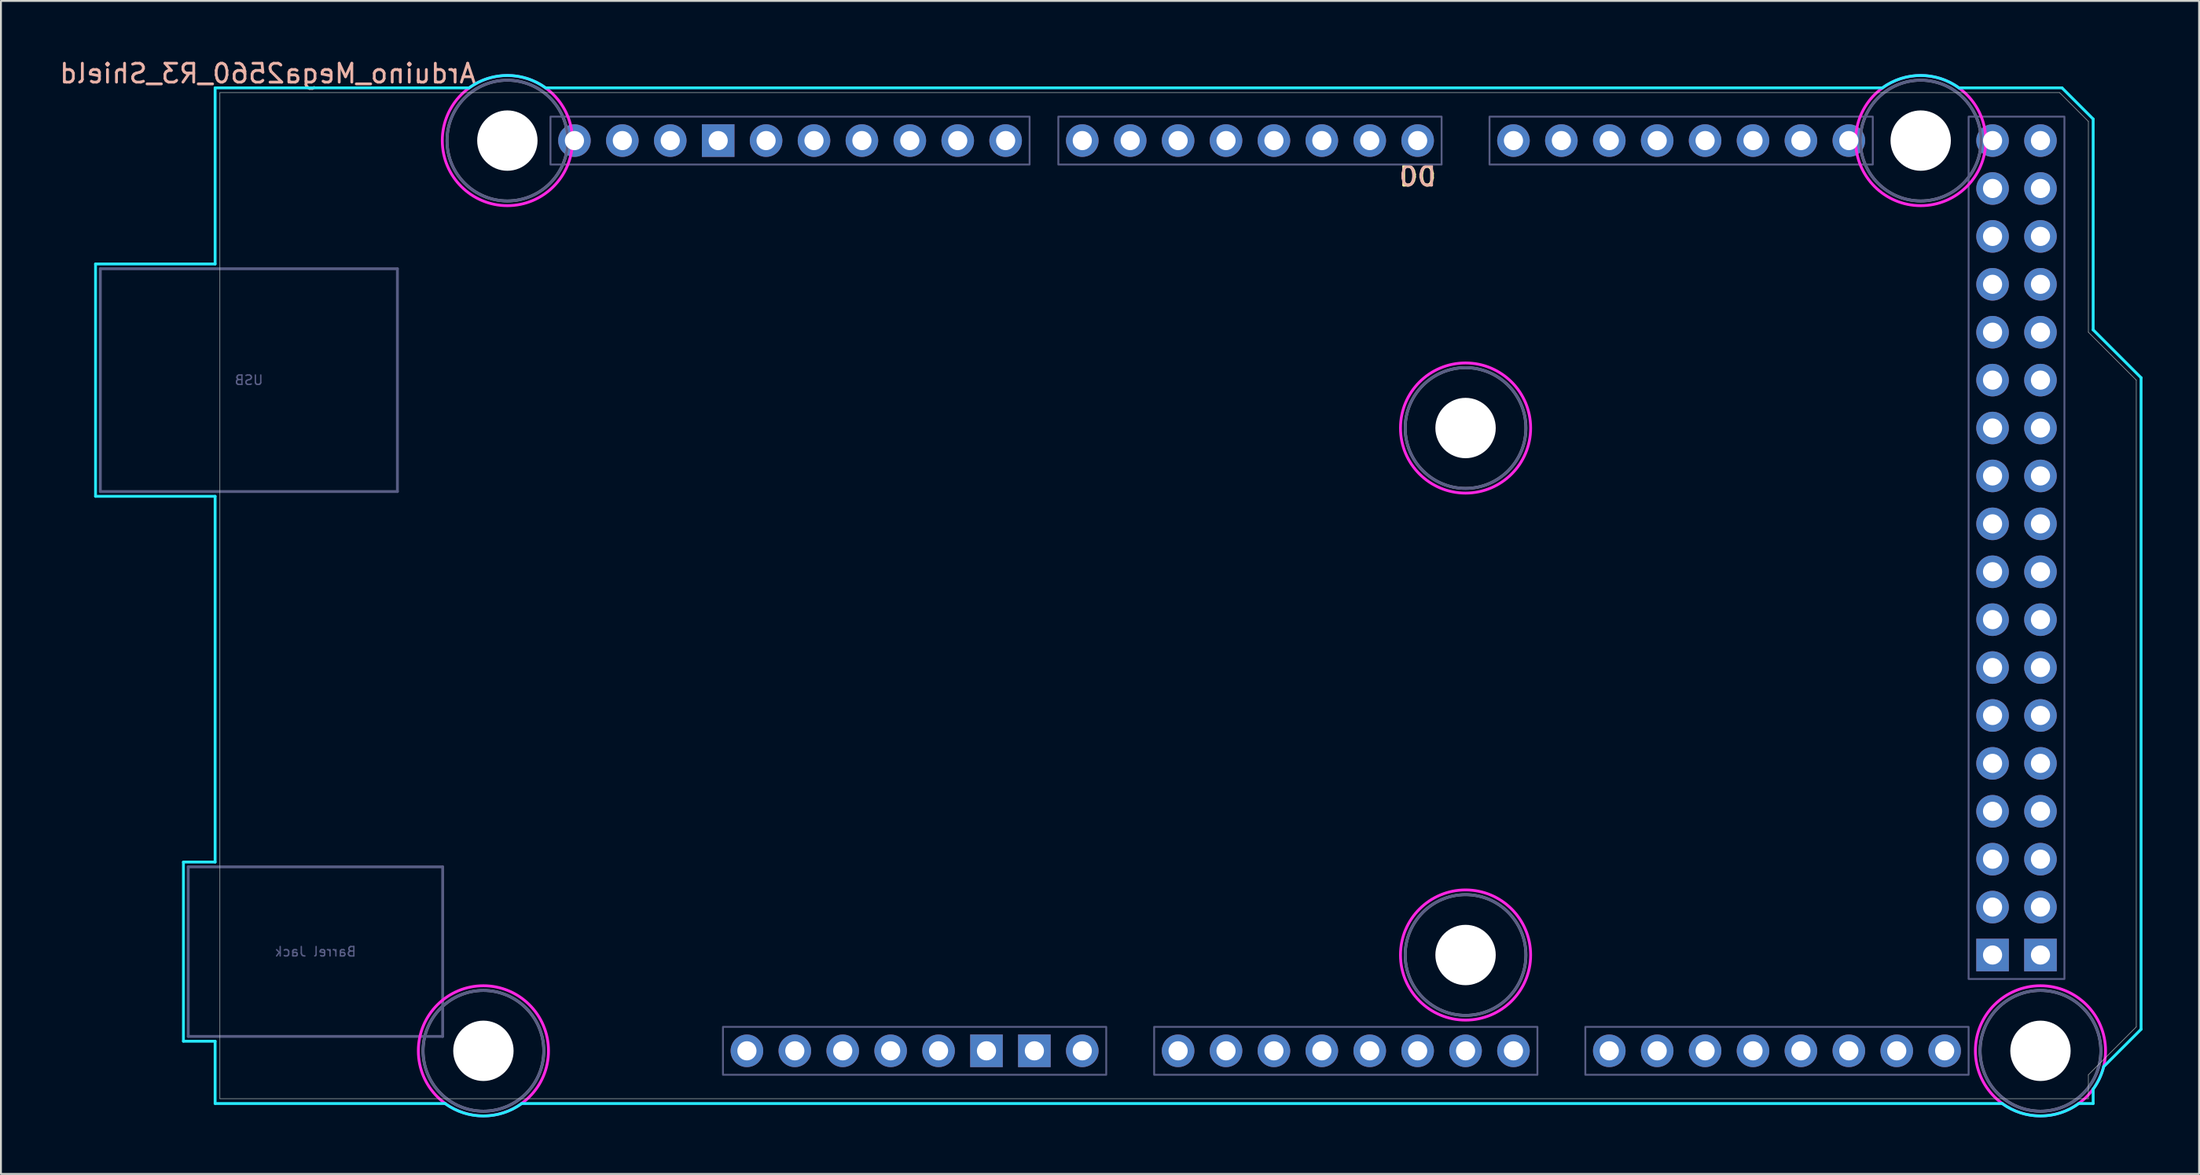
<source format=kicad_pcb>
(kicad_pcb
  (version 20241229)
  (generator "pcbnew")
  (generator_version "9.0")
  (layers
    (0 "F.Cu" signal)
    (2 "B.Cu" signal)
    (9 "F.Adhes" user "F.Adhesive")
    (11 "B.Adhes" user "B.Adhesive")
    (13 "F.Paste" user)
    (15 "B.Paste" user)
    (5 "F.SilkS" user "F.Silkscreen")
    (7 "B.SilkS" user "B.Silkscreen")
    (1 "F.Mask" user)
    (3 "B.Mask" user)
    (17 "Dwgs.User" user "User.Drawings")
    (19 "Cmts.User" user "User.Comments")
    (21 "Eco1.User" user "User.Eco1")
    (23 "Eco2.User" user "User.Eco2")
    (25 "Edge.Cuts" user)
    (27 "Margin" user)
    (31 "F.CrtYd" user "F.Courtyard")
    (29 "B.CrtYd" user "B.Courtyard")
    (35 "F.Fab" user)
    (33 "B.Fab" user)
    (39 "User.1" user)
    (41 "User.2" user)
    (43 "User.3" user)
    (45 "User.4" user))
  (footprint "Arduino_Mega2560_R3_Shield"
    (layer "F.Cu")
    (at 8.609 55.204)
    (property "Reference" "Arduino_Mega2560_R3_Shield" (at 2.54 -54.356 0) (layer "B.SilkS") (effects (font (size 1 1) (thickness 0.15)) (justify mirror)))
    (attr through_hole)
    (fp_line (start 0 -53.34) (end 0 0) (stroke (width 0.025) (type solid)) (layer "Edge.Cuts"))
    (fp_line (start 0 -53.34) (end 97.536 -53.34) (stroke (width 0.025) (type solid)) (layer "Edge.Cuts"))
    (fp_line (start 0 0) (end 99.06 0) (stroke (width 0.025) (type solid)) (layer "Edge.Cuts"))
    (fp_line (start 97.536 -53.34) (end 99.06 -51.816) (stroke (width 0.025) (type solid)) (layer "Edge.Cuts"))
    (fp_line (start 99.06 -40.64) (end 99.06 -51.816) (stroke (width 0.025) (type solid)) (layer "Edge.Cuts"))
    (fp_line (start 99.06 -1.27) (end 101.6 -3.81) (stroke (width 0.025) (type solid)) (layer "Edge.Cuts"))
    (fp_line (start 99.06 0) (end 99.06 -1.27) (stroke (width 0.025) (type solid)) (layer "Edge.Cuts"))
    (fp_line (start 101.6 -38.1) (end 99.06 -40.64) (stroke (width 0.025) (type solid)) (layer "Edge.Cuts"))
    (fp_line (start 101.6 -3.81) (end 101.6 -38.1) (stroke (width 0.025) (type solid)) (layer "Edge.Cuts"))
    (fp_line (start -6.594 -44.258) (end -0.254 -44.258) (stroke (width 0.15) (type solid)) (layer "B.CrtYd"))
    (fp_line (start -6.594 -31.94) (end -6.594 -44.258) (stroke (width 0.15) (type solid)) (layer "B.CrtYd"))
    (fp_line (start -1.934 -12.548) (end -1.934 -3.049) (stroke (width 0.15) (type solid)) (layer "B.CrtYd"))
    (fp_line (start -1.934 -12.548) (end -0.254 -12.548) (stroke (width 0.15) (type solid)) (layer "B.CrtYd"))
    (fp_line (start -1.934 -3.049) (end -0.254 -3.049) (stroke (width 0.15) (type solid)) (layer "B.CrtYd"))
    (fp_line (start -0.254 -53.594) (end -0.254 -44.258) (stroke (width 0.15) (type solid)) (layer "B.CrtYd"))
    (fp_line (start -0.254 -31.94) (end -6.594 -31.94) (stroke (width 0.15) (type solid)) (layer "B.CrtYd"))
    (fp_line (start -0.254 -31.94) (end -0.254 -12.548) (stroke (width 0.15) (type solid)) (layer "B.CrtYd"))
    (fp_line (start -0.254 -3.049) (end -0.254 0.254) (stroke (width 0.15) (type solid)) (layer "B.CrtYd"))
    (fp_line (start 11.938 0.254) (end -0.254 0.254) (stroke (width 0.15) (type solid)) (layer "B.CrtYd"))
    (fp_line (start 13.208 -53.594) (end -0.254 -53.594) (stroke (width 0.15) (type solid)) (layer "B.CrtYd"))
    (fp_line (start 16.002 0.254) (end 94.488 0.254) (stroke (width 0.15) (type solid)) (layer "B.CrtYd"))
    (fp_line (start 17.272 -53.594) (end 88.138 -53.594) (stroke (width 0.15) (type solid)) (layer "B.CrtYd"))
    (fp_line (start 97.663 -53.594) (end 92.202 -53.594) (stroke (width 0.15) (type solid)) (layer "B.CrtYd"))
    (fp_line (start 97.663 -53.594) (end 99.314 -51.943) (stroke (width 0.15) (type solid)) (layer "B.CrtYd"))
    (fp_line (start 99.314 -40.767) (end 99.314 -51.943) (stroke (width 0.15) (type solid)) (layer "B.CrtYd"))
    (fp_line (start 99.314 0.254) (end 98.552 0.254) (stroke (width 0.15) (type solid)) (layer "B.CrtYd"))
    (fp_line (start 99.314 0.254) (end 99.314 -0.508) (stroke (width 0.15) (type solid)) (layer "B.CrtYd"))
    (fp_line (start 99.873 -1.702) (end 101.854 -3.683) (stroke (width 0.15) (type solid)) (layer "B.CrtYd"))
    (fp_line (start 101.854 -38.227) (end 99.314 -40.767) (stroke (width 0.15) (type solid)) (layer "B.CrtYd"))
    (fp_line (start 101.854 -3.683) (end 101.854 -38.227) (stroke (width 0.15) (type solid)) (layer "B.CrtYd"))
    (fp_arc (start 13.208 -53.594) (mid 15.24 -54.254237) (end 17.272 -53.594) (stroke (width 0.15) (type solid)) (layer "B.CrtYd"))
    (fp_arc (start 16.002 0.254) (mid 13.97 0.914237) (end 11.938 0.254) (stroke (width 0.15) (type solid)) (layer "B.CrtYd"))
    (fp_arc (start 88.138 -53.594) (mid 90.17 -54.254237) (end 92.202 -53.594) (stroke (width 0.15) (type solid)) (layer "B.CrtYd"))
    (fp_arc (start 98.552 0.254) (mid 96.52 0.914237) (end 94.488 0.254) (stroke (width 0.15) (type solid)) (layer "B.CrtYd"))
    (fp_arc (start 99.8728 -1.7018) (mid 99.650925 -1.077973) (end 99.314 -0.508) (stroke (width 0.15) (type solid)) (layer "B.CrtYd"))
    (fp_circle (center 13.97 -2.54) (end 17.42 -2.54) (stroke (width 0.15) (type solid)) (fill no) (layer "F.CrtYd"))
    (fp_circle (center 15.24 -50.8) (end 18.69 -50.8) (stroke (width 0.15) (type solid)) (fill no) (layer "F.CrtYd"))
    (fp_circle (center 66.04 -35.56) (end 69.49 -35.56) (stroke (width 0.15) (type solid)) (fill no) (layer "F.CrtYd"))
    (fp_circle (center 66.04 -7.62) (end 69.49 -7.62) (stroke (width 0.15) (type solid)) (fill no) (layer "F.CrtYd"))
    (fp_circle (center 90.17 -50.8) (end 93.62 -50.8) (stroke (width 0.15) (type solid)) (fill no) (layer "F.CrtYd"))
    (fp_circle (center 96.52 -2.54) (end 99.97 -2.54) (stroke (width 0.15) (type solid)) (fill no) (layer "F.CrtYd"))
    (fp_line (start -6.34 -44.004) (end 9.41 -44.004) (stroke (width 0.15) (type solid)) (layer "B.Fab"))
    (fp_line (start -6.34 -32.194) (end -6.34 -44.004) (stroke (width 0.15) (type solid)) (layer "B.Fab"))
    (fp_line (start -6.34 -32.194) (end 9.41 -32.194) (stroke (width 0.15) (type solid)) (layer "B.Fab"))
    (fp_line (start -1.68 -12.294) (end -1.68 -3.303) (stroke (width 0.15) (type solid)) (layer "B.Fab"))
    (fp_line (start -1.68 -12.294) (end 11.81 -12.294) (stroke (width 0.15) (type solid)) (layer "B.Fab"))
    (fp_line (start -1.68 -3.303) (end 11.81 -3.303) (stroke (width 0.15) (type solid)) (layer "B.Fab"))
    (fp_line (start 9.41 -32.194) (end 9.41 -44.004) (stroke (width 0.15) (type solid)) (layer "B.Fab"))
    (fp_line (start 11.81 -12.294) (end 11.81 -3.303) (stroke (width 0.15) (type solid)) (layer "B.Fab"))
    (fp_rect (start 17.526 -52.07) (end 42.926 -49.53) (stroke (width 0.1) (type solid)) (fill no) (layer "B.Fab"))
    (fp_rect (start 26.67 -3.81) (end 46.99 -1.27) (stroke (width 0.1) (type solid)) (fill no) (layer "B.Fab"))
    (fp_rect (start 44.45 -52.07) (end 64.77 -49.53) (stroke (width 0.1) (type solid)) (fill no) (layer "B.Fab"))
    (fp_rect (start 49.53 -3.81) (end 69.85 -1.27) (stroke (width 0.1) (type solid)) (fill no) (layer "B.Fab"))
    (fp_rect (start 67.31 -52.07) (end 87.63 -49.53) (stroke (width 0.1) (type solid)) (fill no) (layer "B.Fab"))
    (fp_rect (start 72.39 -3.81) (end 92.71 -1.27) (stroke (width 0.1) (type solid)) (fill no) (layer "B.Fab"))
    (fp_rect (start 92.71 -52.07) (end 97.79 -6.35) (stroke (width 0.1) (type solid)) (fill no) (layer "B.Fab"))
    (fp_circle (center 13.97 -2.54) (end 17.17 -2.54) (stroke (width 0.15) (type solid)) (fill no) (layer "B.Fab"))
    (fp_circle (center 15.24 -50.8) (end 18.44 -50.8) (stroke (width 0.15) (type solid)) (fill no) (layer "B.Fab"))
    (fp_circle (center 66.04 -35.56) (end 69.24 -35.56) (stroke (width 0.15) (type solid)) (fill no) (layer "B.Fab"))
    (fp_circle (center 66.04 -7.62) (end 69.24 -7.62) (stroke (width 0.15) (type solid)) (fill no) (layer "B.Fab"))
    (fp_circle (center 90.17 -50.8) (end 93.37 -50.8) (stroke (width 0.15) (type solid)) (fill no) (layer "B.Fab"))
    (fp_circle (center 96.52 -2.54) (end 99.72 -2.54) (stroke (width 0.15) (type solid)) (fill no) (layer "B.Fab"))
    (fp_circle (center 13.97 -2.54) (end 17.17 -2.54) (stroke (width 0.15) (type solid)) (fill no) (layer "F.Fab"))
    (fp_circle (center 15.24 -50.8) (end 18.44 -50.8) (stroke (width 0.15) (type solid)) (fill no) (layer "F.Fab"))
    (fp_circle (center 66.04 -35.56) (end 69.24 -35.56) (stroke (width 0.15) (type solid)) (fill no) (layer "F.Fab"))
    (fp_circle (center 66.04 -7.62) (end 69.24 -7.62) (stroke (width 0.15) (type solid)) (fill no) (layer "F.Fab"))
    (fp_circle (center 90.17 -50.8) (end 93.37 -50.8) (stroke (width 0.15) (type solid)) (fill no) (layer "F.Fab"))
    (fp_circle (center 96.52 -2.54) (end 99.72 -2.54) (stroke (width 0.15) (type solid)) (fill no) (layer "F.Fab"))
    (fp_text user "D0" (at 63.5 -48.895 0) (unlocked yes) (layer "F.SilkS") (effects (font (size 1 1) (thickness 0.15))))
    (fp_text user "D0" (at 63.5 -48.895 0) (unlocked yes) (layer "B.SilkS") (effects (font (size 1 1) (thickness 0.15)) (justify mirror)))
    (fp_text user "Barrel Jack" (at 5.065 -7.798 0) (layer "B.Fab") (effects (font (size 0.5 0.5) (thickness 0.075)) (justify mirror)))
    (fp_text user "USB" (at 1.535 -38.099 0) (layer "B.Fab") (effects (font (size 0.5 0.5) (thickness 0.075)) (justify mirror)))
    (pad "" np_thru_hole circle (at 13.97 -2.54) (size 3.2 3.2) (drill 3.2) (layers "*.Cu" "*.Mask"))
    (pad "" np_thru_hole circle (at 15.24 -50.8) (size 3.2 3.2) (drill 3.2) (layers "*.Cu" "*.Mask"))
    (pad "" thru_hole oval (at 27.94 -2.54) (size 1.727 1.727) (drill 1.016) (layers "*.Cu" "*.Mask"))
    (pad "" np_thru_hole circle (at 66.04 -35.56) (size 3.2 3.2) (drill 3.2) (layers "*.Cu" "*.Mask"))
    (pad "" np_thru_hole circle (at 66.04 -7.62) (size 3.2 3.2) (drill 3.2) (layers "*.Cu" "*.Mask"))
    (pad "" np_thru_hole circle (at 90.17 -50.8) (size 3.2 3.2) (drill 3.2) (layers "*.Cu" "*.Mask"))
    (pad "" np_thru_hole circle (at 96.52 -2.54) (size 3.2 3.2) (drill 3.2) (layers "*.Cu" "*.Mask"))
    (pad "3V3" thru_hole oval (at 35.56 -2.54) (size 1.727 1.727) (drill 1.016) (layers "*.Cu" "*.Mask"))
    (pad "5V1" thru_hole oval (at 38.1 -2.54) (size 1.727 1.727) (drill 1.016) (layers "*.Cu" "*.Mask"))
    (pad "5V3" thru_hole oval (at 93.98 -50.8) (size 1.727 1.727) (drill 1.016) (layers "*.Cu" "*.Mask"))
    (pad "5V4" thru_hole oval (at 96.52 -50.8) (size 1.727 1.727) (drill 1.016) (layers "*.Cu" "*.Mask"))
    (pad "A0" thru_hole oval (at 50.8 -2.54) (size 1.727 1.727) (drill 1.016) (layers "*.Cu" "*.Mask"))
    (pad "A1" thru_hole oval (at 53.34 -2.54) (size 1.727 1.727) (drill 1.016) (layers "*.Cu" "*.Mask"))
    (pad "A2" thru_hole oval (at 55.88 -2.54) (size 1.727 1.727) (drill 1.016) (layers "*.Cu" "*.Mask"))
    (pad "A3" thru_hole oval (at 58.42 -2.54) (size 1.727 1.727) (drill 1.016) (layers "*.Cu" "*.Mask"))
    (pad "A4" thru_hole oval (at 60.96 -2.54) (size 1.727 1.727) (drill 1.016) (layers "*.Cu" "*.Mask"))
    (pad "A5" thru_hole oval (at 63.5 -2.54) (size 1.727 1.727) (drill 1.016) (layers "*.Cu" "*.Mask"))
    (pad "A6" thru_hole oval (at 66.04 -2.54) (size 1.727 1.727) (drill 1.016) (layers "*.Cu" "*.Mask"))
    (pad "A7" thru_hole oval (at 68.58 -2.54) (size 1.727 1.727) (drill 1.016) (layers "*.Cu" "*.Mask"))
    (pad "A8" thru_hole oval (at 73.66 -2.54) (size 1.727 1.727) (drill 1.016) (layers "*.Cu" "*.Mask"))
    (pad "A9" thru_hole oval (at 76.2 -2.54) (size 1.727 1.727) (drill 1.016) (layers "*.Cu" "*.Mask"))
    (pad "A10" thru_hole oval (at 78.74 -2.54) (size 1.727 1.727) (drill 1.016) (layers "*.Cu" "*.Mask"))
    (pad "A11" thru_hole oval (at 81.28 -2.54) (size 1.727 1.727) (drill 1.016) (layers "*.Cu" "*.Mask"))
    (pad "A12" thru_hole oval (at 83.82 -2.54) (size 1.727 1.727) (drill 1.016) (layers "*.Cu" "*.Mask"))
    (pad "A13" thru_hole oval (at 86.36 -2.54) (size 1.727 1.727) (drill 1.016) (layers "*.Cu" "*.Mask"))
    (pad "A14" thru_hole oval (at 88.9 -2.54) (size 1.727 1.727) (drill 1.016) (layers "*.Cu" "*.Mask"))
    (pad "A15" thru_hole oval (at 91.44 -2.54) (size 1.727 1.727) (drill 1.016) (layers "*.Cu" "*.Mask"))
    (pad "AREF" thru_hole oval (at 23.876 -50.8) (size 1.727 1.727) (drill 1.016) (layers "*.Cu" "*.Mask"))
    (pad "D0" thru_hole oval (at 63.5 -50.8) (size 1.727 1.727) (drill 1.016) (layers "*.Cu" "*.Mask"))
    (pad "D1" thru_hole oval (at 60.96 -50.8) (size 1.727 1.727) (drill 1.016) (layers "*.Cu" "*.Mask"))
    (pad "D2" thru_hole oval (at 58.42 -50.8) (size 1.727 1.727) (drill 1.016) (layers "*.Cu" "*.Mask"))
    (pad "D3" thru_hole oval (at 55.88 -50.8) (size 1.727 1.727) (drill 1.016) (layers "*.Cu" "*.Mask"))
    (pad "D4" thru_hole oval (at 53.34 -50.8) (size 1.727 1.727) (drill 1.016) (layers "*.Cu" "*.Mask"))
    (pad "D5" thru_hole oval (at 50.8 -50.8) (size 1.727 1.727) (drill 1.016) (layers "*.Cu" "*.Mask"))
    (pad "D6" thru_hole oval (at 48.26 -50.8) (size 1.727 1.727) (drill 1.016) (layers "*.Cu" "*.Mask"))
    (pad "D7" thru_hole oval (at 45.72 -50.8) (size 1.727 1.727) (drill 1.016) (layers "*.Cu" "*.Mask"))
    (pad "D8" thru_hole oval (at 41.656 -50.8) (size 1.727 1.727) (drill 1.016) (layers "*.Cu" "*.Mask"))
    (pad "D9" thru_hole oval (at 39.116 -50.8) (size 1.727 1.727) (drill 1.016) (layers "*.Cu" "*.Mask"))
    (pad "D10" thru_hole oval (at 36.576 -50.8) (size 1.727 1.727) (drill 1.016) (layers "*.Cu" "*.Mask"))
    (pad "D11" thru_hole oval (at 34.036 -50.8) (size 1.727 1.727) (drill 1.016) (layers "*.Cu" "*.Mask"))
    (pad "D12" thru_hole oval (at 31.496 -50.8) (size 1.727 1.727) (drill 1.016) (layers "*.Cu" "*.Mask"))
    (pad "D13" thru_hole oval (at 28.956 -50.8) (size 1.727 1.727) (drill 1.016) (layers "*.Cu" "*.Mask"))
    (pad "D14" thru_hole oval (at 68.58 -50.8) (size 1.727 1.727) (drill 1.016) (layers "*.Cu" "*.Mask"))
    (pad "D15" thru_hole oval (at 71.12 -50.8) (size 1.727 1.727) (drill 1.016) (layers "*.Cu" "*.Mask"))
    (pad "D16" thru_hole oval (at 73.66 -50.8) (size 1.727 1.727) (drill 1.016) (layers "*.Cu" "*.Mask"))
    (pad "D17" thru_hole oval (at 76.2 -50.8) (size 1.727 1.727) (drill 1.016) (layers "*.Cu" "*.Mask"))
    (pad "D18" thru_hole oval (at 78.74 -50.8) (size 1.727 1.727) (drill 1.016) (layers "*.Cu" "*.Mask"))
    (pad "D19" thru_hole oval (at 81.28 -50.8) (size 1.727 1.727) (drill 1.016) (layers "*.Cu" "*.Mask"))
    (pad "D20" thru_hole oval (at 83.82 -50.8) (size 1.727 1.727) (drill 1.016) (layers "*.Cu" "*.Mask"))
    (pad "D21" thru_hole oval (at 86.36 -50.8) (size 1.727 1.727) (drill 1.016) (layers "*.Cu" "*.Mask"))
    (pad "D22" thru_hole oval (at 93.98 -48.26) (size 1.727 1.727) (drill 1.016) (layers "*.Cu" "*.Mask"))
    (pad "D23" thru_hole oval (at 96.52 -48.26) (size 1.727 1.727) (drill 1.016) (layers "*.Cu" "*.Mask"))
    (pad "D24" thru_hole oval (at 93.98 -45.72) (size 1.727 1.727) (drill 1.016) (layers "*.Cu" "*.Mask"))
    (pad "D25" thru_hole oval (at 96.52 -45.72) (size 1.727 1.727) (drill 1.016) (layers "*.Cu" "*.Mask"))
    (pad "D26" thru_hole oval (at 93.98 -43.18) (size 1.727 1.727) (drill 1.016) (layers "*.Cu" "*.Mask"))
    (pad "D27" thru_hole oval (at 96.52 -43.18) (size 1.727 1.727) (drill 1.016) (layers "*.Cu" "*.Mask"))
    (pad "D28" thru_hole oval (at 93.98 -40.64) (size 1.727 1.727) (drill 1.016) (layers "*.Cu" "*.Mask"))
    (pad "D29" thru_hole oval (at 96.52 -40.64) (size 1.727 1.727) (drill 1.016) (layers "*.Cu" "*.Mask"))
    (pad "D30" thru_hole oval (at 93.98 -38.1) (size 1.727 1.727) (drill 1.016) (layers "*.Cu" "*.Mask"))
    (pad "D31" thru_hole oval (at 96.52 -38.1) (size 1.727 1.727) (drill 1.016) (layers "*.Cu" "*.Mask"))
    (pad "D32" thru_hole oval (at 93.98 -35.56) (size 1.727 1.727) (drill 1.016) (layers "*.Cu" "*.Mask"))
    (pad "D33" thru_hole oval (at 96.52 -35.56) (size 1.727 1.727) (drill 1.016) (layers "*.Cu" "*.Mask"))
    (pad "D34" thru_hole oval (at 93.98 -33.02) (size 1.727 1.727) (drill 1.016) (layers "*.Cu" "*.Mask"))
    (pad "D35" thru_hole oval (at 96.52 -33.02) (size 1.727 1.727) (drill 1.016) (layers "*.Cu" "*.Mask"))
    (pad "D36" thru_hole oval (at 93.98 -30.48) (size 1.727 1.727) (drill 1.016) (layers "*.Cu" "*.Mask"))
    (pad "D37" thru_hole oval (at 96.52 -30.48) (size 1.727 1.727) (drill 1.016) (layers "*.Cu" "*.Mask"))
    (pad "D38" thru_hole oval (at 93.98 -27.94) (size 1.727 1.727) (drill 1.016) (layers "*.Cu" "*.Mask"))
    (pad "D39" thru_hole oval (at 96.52 -27.94) (size 1.727 1.727) (drill 1.016) (layers "*.Cu" "*.Mask"))
    (pad "D40" thru_hole oval (at 93.98 -25.4) (size 1.727 1.727) (drill 1.016) (layers "*.Cu" "*.Mask"))
    (pad "D41" thru_hole oval (at 96.52 -25.4) (size 1.727 1.727) (drill 1.016) (layers "*.Cu" "*.Mask"))
    (pad "D42" thru_hole oval (at 93.98 -22.86) (size 1.727 1.727) (drill 1.016) (layers "*.Cu" "*.Mask"))
    (pad "D43" thru_hole oval (at 96.52 -22.86) (size 1.727 1.727) (drill 1.016) (layers "*.Cu" "*.Mask"))
    (pad "D44" thru_hole oval (at 93.98 -20.32) (size 1.727 1.727) (drill 1.016) (layers "*.Cu" "*.Mask"))
    (pad "D45" thru_hole oval (at 96.52 -20.32) (size 1.727 1.727) (drill 1.016) (layers "*.Cu" "*.Mask"))
    (pad "D46" thru_hole oval (at 93.98 -17.78) (size 1.727 1.727) (drill 1.016) (layers "*.Cu" "*.Mask"))
    (pad "D47" thru_hole oval (at 96.52 -17.78) (size 1.727 1.727) (drill 1.016) (layers "*.Cu" "*.Mask"))
    (pad "D48" thru_hole oval (at 93.98 -15.24) (size 1.727 1.727) (drill 1.016) (layers "*.Cu" "*.Mask"))
    (pad "D49" thru_hole oval (at 96.52 -15.24) (size 1.727 1.727) (drill 1.016) (layers "*.Cu" "*.Mask"))
    (pad "D50" thru_hole oval (at 93.98 -12.7) (size 1.727 1.727) (drill 1.016) (layers "*.Cu" "*.Mask"))
    (pad "D51" thru_hole oval (at 96.52 -12.7) (size 1.727 1.727) (drill 1.016) (layers "*.Cu" "*.Mask"))
    (pad "D52" thru_hole oval (at 93.98 -10.16) (size 1.727 1.727) (drill 1.016) (layers "*.Cu" "*.Mask"))
    (pad "D53" thru_hole oval (at 96.52 -10.16) (size 1.727 1.727) (drill 1.016) (layers "*.Cu" "*.Mask"))
    (pad "GND" thru_hole rect (at 26.416 -50.8) (size 1.727 1.727) (drill 1.016) (layers "*.Cu" "*.Mask"))
    (pad "GND" thru_hole rect (at 40.64 -2.54) (size 1.727 1.727) (drill 1.016) (layers "*.Cu" "*.Mask"))
    (pad "GND" thru_hole rect (at 43.18 -2.54) (size 1.727 1.727) (drill 1.016) (layers "*.Cu" "*.Mask"))
    (pad "GND" thru_hole rect (at 93.98 -7.62) (size 1.727 1.727) (drill 1.016) (layers "*.Cu" "*.Mask"))
    (pad "GND" thru_hole rect (at 96.52 -7.62) (size 1.727 1.727) (drill 1.016) (layers "*.Cu" "*.Mask"))
    (pad "IORF" thru_hole oval (at 30.48 -2.54) (size 1.727 1.727) (drill 1.016) (layers "*.Cu" "*.Mask"))
    (pad "RST1" thru_hole oval (at 33.02 -2.54) (size 1.727 1.727) (drill 1.016) (layers "*.Cu" "*.Mask"))
    (pad "SCL" thru_hole oval (at 18.796 -50.8) (size 1.727 1.727) (drill 1.016) (layers "*.Cu" "*.Mask"))
    (pad "SDA" thru_hole oval (at 21.336 -50.8) (size 1.727 1.727) (drill 1.016) (layers "*.Cu" "*.Mask"))
    (pad "VIN" thru_hole oval (at 45.72 -2.54) (size 1.727 1.727) (drill 1.016) (layers "*.Cu" "*.Mask")))
  (gr_rect
    (start -3 -3)
    (end 113.538 59.193)
    (stroke (width 0.1) (type default))
    (fill no)
    (layer "Edge.Cuts")))
</source>
